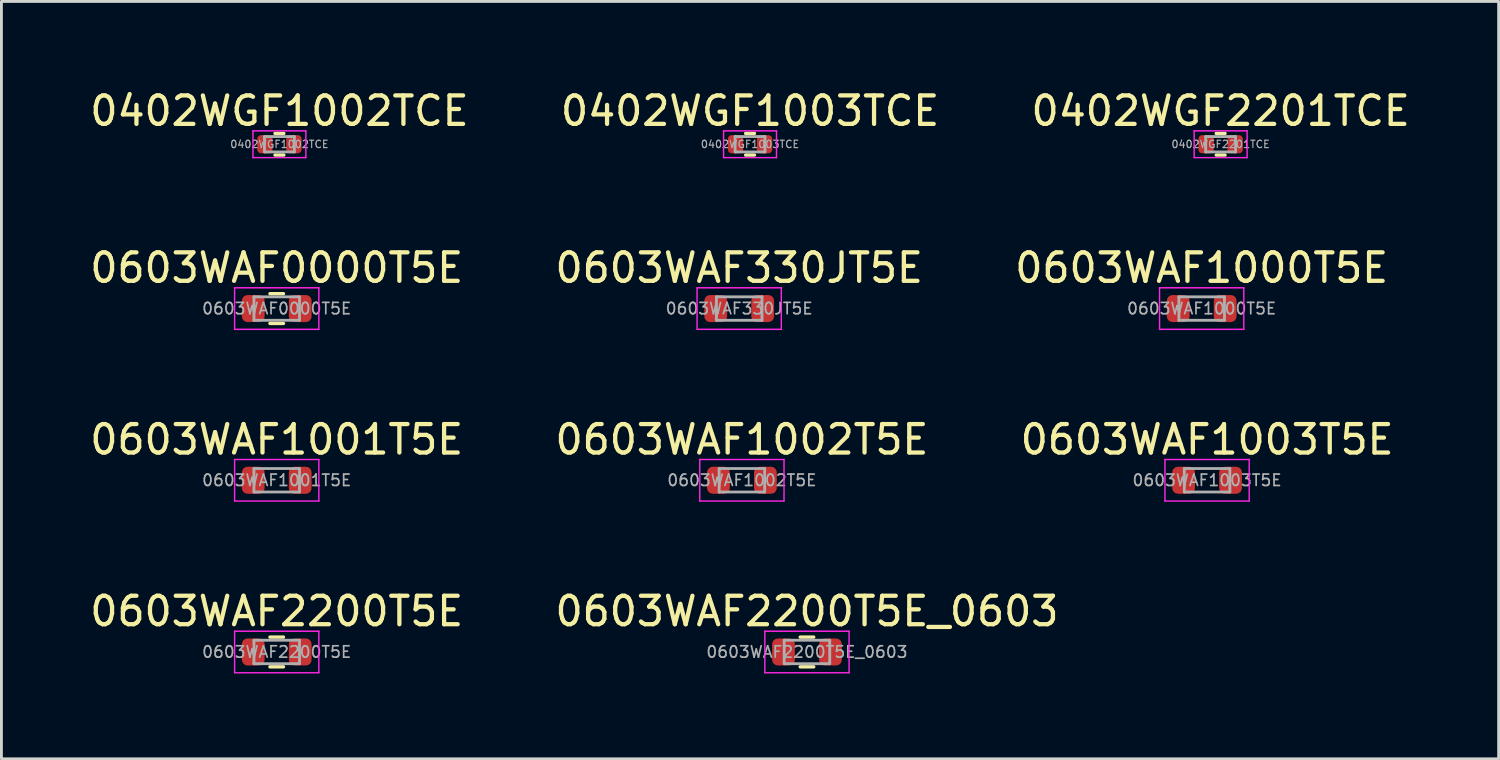
<source format=kicad_pcb>
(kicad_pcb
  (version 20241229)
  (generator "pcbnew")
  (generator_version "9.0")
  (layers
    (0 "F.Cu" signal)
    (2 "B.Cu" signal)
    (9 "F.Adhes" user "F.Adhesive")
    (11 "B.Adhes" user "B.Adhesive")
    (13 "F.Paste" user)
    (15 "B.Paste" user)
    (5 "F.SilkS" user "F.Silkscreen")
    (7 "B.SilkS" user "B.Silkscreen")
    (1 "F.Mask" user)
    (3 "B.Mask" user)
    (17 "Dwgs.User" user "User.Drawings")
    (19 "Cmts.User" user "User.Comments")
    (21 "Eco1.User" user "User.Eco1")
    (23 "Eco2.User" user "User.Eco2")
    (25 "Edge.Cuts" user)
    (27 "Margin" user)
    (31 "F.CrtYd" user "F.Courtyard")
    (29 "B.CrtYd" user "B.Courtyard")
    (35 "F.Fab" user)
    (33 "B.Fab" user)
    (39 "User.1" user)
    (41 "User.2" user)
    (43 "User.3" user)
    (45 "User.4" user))
  (footprint "0603WAF0000T5E"
    (layer "F.Cu")
    (at 6.673 7.792)
    (property "Reference" "0603WAF0000T5E" (at 0 -1.43 0) (layer "F.SilkS") (effects (font (size 1 1) (thickness 0.15))))
    (attr smd)
    (fp_line (start -0.237 -0.522) (end 0.237 -0.522) (stroke (width 0.12) (type solid)) (layer "F.SilkS"))
    (fp_line (start -0.237 0.522) (end 0.237 0.522) (stroke (width 0.12) (type solid)) (layer "F.SilkS"))
    (fp_line (start -1.48 -0.73) (end 1.48 -0.73) (stroke (width 0.05) (type solid)) (layer "F.CrtYd"))
    (fp_line (start -1.48 0.73) (end -1.48 -0.73) (stroke (width 0.05) (type solid)) (layer "F.CrtYd"))
    (fp_line (start 1.48 -0.73) (end 1.48 0.73) (stroke (width 0.05) (type solid)) (layer "F.CrtYd"))
    (fp_line (start 1.48 0.73) (end -1.48 0.73) (stroke (width 0.05) (type solid)) (layer "F.CrtYd"))
    (fp_line (start -0.8 -0.412) (end 0.8 -0.412) (stroke (width 0.1) (type solid)) (layer "F.Fab"))
    (fp_line (start -0.8 0.412) (end -0.8 -0.412) (stroke (width 0.1) (type solid)) (layer "F.Fab"))
    (fp_line (start 0.8 -0.412) (end 0.8 0.412) (stroke (width 0.1) (type solid)) (layer "F.Fab"))
    (fp_line (start 0.8 0.412) (end -0.8 0.412) (stroke (width 0.1) (type solid)) (layer "F.Fab"))
    (fp_text user "${REFERENCE}" (at 0 0 0) (layer "F.Fab") (effects (font (size 0.4 0.4) (thickness 0.06))))
    (pad "1" smd roundrect (at -0.825 0) (size 0.8 0.95) (layers "F.Cu" "F.Mask" "F.Paste") (roundrect_rratio 0.25))
    (pad "2" smd roundrect (at 0.825 0) (size 0.8 0.95) (layers "F.Cu" "F.Mask" "F.Paste") (roundrect_rratio 0.25)))
  (footprint "0402WGF2201TCE"
    (layer "F.Cu")
    (at 39.839 2.018)
    (property "Reference" "0402WGF2201TCE" (at 0 -1.17 0) (layer "F.SilkS") (effects (font (size 1 1) (thickness 0.15))))
    (attr smd)
    (fp_line (start -0.154 -0.38) (end 0.154 -0.38) (stroke (width 0.12) (type solid)) (layer "F.SilkS"))
    (fp_line (start -0.154 0.38) (end 0.154 0.38) (stroke (width 0.12) (type solid)) (layer "F.SilkS"))
    (fp_line (start -0.93 -0.47) (end 0.93 -0.47) (stroke (width 0.05) (type solid)) (layer "F.CrtYd"))
    (fp_line (start -0.93 0.47) (end -0.93 -0.47) (stroke (width 0.05) (type solid)) (layer "F.CrtYd"))
    (fp_line (start 0.93 -0.47) (end 0.93 0.47) (stroke (width 0.05) (type solid)) (layer "F.CrtYd"))
    (fp_line (start 0.93 0.47) (end -0.93 0.47) (stroke (width 0.05) (type solid)) (layer "F.CrtYd"))
    (fp_line (start -0.525 -0.27) (end 0.525 -0.27) (stroke (width 0.1) (type solid)) (layer "F.Fab"))
    (fp_line (start -0.525 0.27) (end -0.525 -0.27) (stroke (width 0.1) (type solid)) (layer "F.Fab"))
    (fp_line (start 0.525 -0.27) (end 0.525 0.27) (stroke (width 0.1) (type solid)) (layer "F.Fab"))
    (fp_line (start 0.525 0.27) (end -0.525 0.27) (stroke (width 0.1) (type solid)) (layer "F.Fab"))
    (fp_text user "${REFERENCE}" (at 0 0 0) (layer "F.Fab") (effects (font (size 0.26 0.26) (thickness 0.04))))
    (pad "1" smd roundrect (at -0.51 0) (size 0.54 0.64) (layers "F.Cu" "F.Mask" "F.Paste") (roundrect_rratio 0.25))
    (pad "2" smd roundrect (at 0.51 0) (size 0.54 0.64) (layers "F.Cu" "F.Mask" "F.Paste") (roundrect_rratio 0.25)))
  (footprint "0402WGF1002TCE"
    (layer "F.Cu")
    (at 6.768 2.018)
    (property "Reference" "0402WGF1002TCE" (at 0 -1.17 0) (layer "F.SilkS") (effects (font (size 1 1) (thickness 0.15))))
    (attr smd)
    (fp_line (start -0.154 -0.38) (end 0.154 -0.38) (stroke (width 0.12) (type solid)) (layer "F.SilkS"))
    (fp_line (start -0.154 0.38) (end 0.154 0.38) (stroke (width 0.12) (type solid)) (layer "F.SilkS"))
    (fp_line (start -0.93 -0.47) (end 0.93 -0.47) (stroke (width 0.05) (type solid)) (layer "F.CrtYd"))
    (fp_line (start -0.93 0.47) (end -0.93 -0.47) (stroke (width 0.05) (type solid)) (layer "F.CrtYd"))
    (fp_line (start 0.93 -0.47) (end 0.93 0.47) (stroke (width 0.05) (type solid)) (layer "F.CrtYd"))
    (fp_line (start 0.93 0.47) (end -0.93 0.47) (stroke (width 0.05) (type solid)) (layer "F.CrtYd"))
    (fp_line (start -0.525 -0.27) (end 0.525 -0.27) (stroke (width 0.1) (type solid)) (layer "F.Fab"))
    (fp_line (start -0.525 0.27) (end -0.525 -0.27) (stroke (width 0.1) (type solid)) (layer "F.Fab"))
    (fp_line (start 0.525 -0.27) (end 0.525 0.27) (stroke (width 0.1) (type solid)) (layer "F.Fab"))
    (fp_line (start 0.525 0.27) (end -0.525 0.27) (stroke (width 0.1) (type solid)) (layer "F.Fab"))
    (fp_text user "${REFERENCE}" (at 0 0 0) (layer "F.Fab") (effects (font (size 0.26 0.26) (thickness 0.04))))
    (pad "1" smd roundrect (at -0.51 0) (size 0.54 0.64) (layers "F.Cu" "F.Mask" "F.Paste") (roundrect_rratio 0.25))
    (pad "2" smd roundrect (at 0.51 0) (size 0.54 0.64) (layers "F.Cu" "F.Mask" "F.Paste") (roundrect_rratio 0.25)))
  (footprint "0603WAF2200T5E_0603"
    (layer "F.Cu")
    (at 25.304 19.858)
    (property "Reference" "0603WAF2200T5E_0603" (at 0 -1.43 0) (layer "F.SilkS") (effects (font (size 1 1) (thickness 0.15))))
    (attr smd)
    (fp_line (start -0.237 -0.522) (end 0.237 -0.522) (stroke (width 0.12) (type solid)) (layer "F.SilkS"))
    (fp_line (start -0.237 0.522) (end 0.237 0.522) (stroke (width 0.12) (type solid)) (layer "F.SilkS"))
    (fp_line (start -1.48 -0.73) (end 1.48 -0.73) (stroke (width 0.05) (type solid)) (layer "F.CrtYd"))
    (fp_line (start -1.48 0.73) (end -1.48 -0.73) (stroke (width 0.05) (type solid)) (layer "F.CrtYd"))
    (fp_line (start 1.48 -0.73) (end 1.48 0.73) (stroke (width 0.05) (type solid)) (layer "F.CrtYd"))
    (fp_line (start 1.48 0.73) (end -1.48 0.73) (stroke (width 0.05) (type solid)) (layer "F.CrtYd"))
    (fp_line (start -0.8 -0.412) (end 0.8 -0.412) (stroke (width 0.1) (type solid)) (layer "F.Fab"))
    (fp_line (start -0.8 0.412) (end -0.8 -0.412) (stroke (width 0.1) (type solid)) (layer "F.Fab"))
    (fp_line (start 0.8 -0.412) (end 0.8 0.412) (stroke (width 0.1) (type solid)) (layer "F.Fab"))
    (fp_line (start 0.8 0.412) (end -0.8 0.412) (stroke (width 0.1) (type solid)) (layer "F.Fab"))
    (fp_text user "${REFERENCE}" (at 0 0 0) (layer "F.Fab") (effects (font (size 0.4 0.4) (thickness 0.06))))
    (pad "1" smd roundrect (at -0.825 0) (size 0.8 0.95) (layers "F.Cu" "F.Mask" "F.Paste") (roundrect_rratio 0.25))
    (pad "2" smd roundrect (at 0.825 0) (size 0.8 0.95) (layers "F.Cu" "F.Mask" "F.Paste") (roundrect_rratio 0.25)))
  (footprint "0402WGF1003TCE"
    (layer "F.Cu")
    (at 23.304 2.018)
    (property "Reference" "0402WGF1003TCE" (at 0 -1.17 0) (layer "F.SilkS") (effects (font (size 1 1) (thickness 0.15))))
    (attr smd)
    (fp_line (start -0.154 -0.38) (end 0.154 -0.38) (stroke (width 0.12) (type solid)) (layer "F.SilkS"))
    (fp_line (start -0.154 0.38) (end 0.154 0.38) (stroke (width 0.12) (type solid)) (layer "F.SilkS"))
    (fp_line (start -0.93 -0.47) (end 0.93 -0.47) (stroke (width 0.05) (type solid)) (layer "F.CrtYd"))
    (fp_line (start -0.93 0.47) (end -0.93 -0.47) (stroke (width 0.05) (type solid)) (layer "F.CrtYd"))
    (fp_line (start 0.93 -0.47) (end 0.93 0.47) (stroke (width 0.05) (type solid)) (layer "F.CrtYd"))
    (fp_line (start 0.93 0.47) (end -0.93 0.47) (stroke (width 0.05) (type solid)) (layer "F.CrtYd"))
    (fp_line (start -0.525 -0.27) (end 0.525 -0.27) (stroke (width 0.1) (type solid)) (layer "F.Fab"))
    (fp_line (start -0.525 0.27) (end -0.525 -0.27) (stroke (width 0.1) (type solid)) (layer "F.Fab"))
    (fp_line (start 0.525 -0.27) (end 0.525 0.27) (stroke (width 0.1) (type solid)) (layer "F.Fab"))
    (fp_line (start 0.525 0.27) (end -0.525 0.27) (stroke (width 0.1) (type solid)) (layer "F.Fab"))
    (fp_text user "${REFERENCE}" (at 0 0 0) (layer "F.Fab") (effects (font (size 0.26 0.26) (thickness 0.04))))
    (pad "1" smd roundrect (at -0.51 0) (size 0.54 0.64) (layers "F.Cu" "F.Mask" "F.Paste") (roundrect_rratio 0.25))
    (pad "2" smd roundrect (at 0.51 0) (size 0.54 0.64) (layers "F.Cu" "F.Mask" "F.Paste") (roundrect_rratio 0.25)))
  (footprint "0603WAF2200T5E"
    (layer "F.Cu")
    (at 6.673 19.858)
    (property "Reference" "0603WAF2200T5E" (at 0 -1.43 0) (layer "F.SilkS") (effects (font (size 1 1) (thickness 0.15))))
    (attr smd)
    (fp_line (start -0.237 -0.522) (end 0.237 -0.522) (stroke (width 0.12) (type solid)) (layer "F.SilkS"))
    (fp_line (start -0.237 0.522) (end 0.237 0.522) (stroke (width 0.12) (type solid)) (layer "F.SilkS"))
    (fp_line (start -1.48 -0.73) (end 1.48 -0.73) (stroke (width 0.05) (type solid)) (layer "F.CrtYd"))
    (fp_line (start -1.48 0.73) (end -1.48 -0.73) (stroke (width 0.05) (type solid)) (layer "F.CrtYd"))
    (fp_line (start 1.48 -0.73) (end 1.48 0.73) (stroke (width 0.05) (type solid)) (layer "F.CrtYd"))
    (fp_line (start 1.48 0.73) (end -1.48 0.73) (stroke (width 0.05) (type solid)) (layer "F.CrtYd"))
    (fp_line (start -0.8 -0.412) (end 0.8 -0.412) (stroke (width 0.1) (type solid)) (layer "F.Fab"))
    (fp_line (start -0.8 0.412) (end -0.8 -0.412) (stroke (width 0.1) (type solid)) (layer "F.Fab"))
    (fp_line (start 0.8 -0.412) (end 0.8 0.412) (stroke (width 0.1) (type solid)) (layer "F.Fab"))
    (fp_line (start 0.8 0.412) (end -0.8 0.412) (stroke (width 0.1) (type solid)) (layer "F.Fab"))
    (fp_text user "${REFERENCE}" (at 0 0 0) (layer "F.Fab") (effects (font (size 0.4 0.4) (thickness 0.06))))
    (pad "1" smd roundrect (at -0.825 0) (size 0.8 0.95) (layers "F.Cu" "F.Mask" "F.Paste") (roundrect_rratio 0.25))
    (pad "2" smd roundrect (at 0.825 0) (size 0.8 0.95) (layers "F.Cu" "F.Mask" "F.Paste") (roundrect_rratio 0.25)))
  (footprint "0603WAF330JT5E"
    (layer "F.Cu")
    (at 22.923 7.792)
    (property "Reference" "0603WAF330JT5E" (at 0 -1.43 0) (layer "F.SilkS") (effects (font (size 1 1) (thickness 0.15))))
    (attr smd)
    (fp_line (start -1.48 -0.73) (end 1.48 -0.73) (stroke (width 0.05) (type solid)) (layer "F.CrtYd"))
    (fp_line (start -1.48 0.73) (end -1.48 -0.73) (stroke (width 0.05) (type solid)) (layer "F.CrtYd"))
    (fp_line (start 1.48 -0.73) (end 1.48 0.73) (stroke (width 0.05) (type solid)) (layer "F.CrtYd"))
    (fp_line (start 1.48 0.73) (end -1.48 0.73) (stroke (width 0.05) (type solid)) (layer "F.CrtYd"))
    (fp_line (start -0.8 -0.412) (end 0.8 -0.412) (stroke (width 0.1) (type solid)) (layer "F.Fab"))
    (fp_line (start -0.8 0.412) (end -0.8 -0.412) (stroke (width 0.1) (type solid)) (layer "F.Fab"))
    (fp_line (start 0.8 -0.412) (end 0.8 0.412) (stroke (width 0.1) (type solid)) (layer "F.Fab"))
    (fp_line (start 0.8 0.412) (end -0.8 0.412) (stroke (width 0.1) (type solid)) (layer "F.Fab"))
    (fp_text user "${REFERENCE}" (at 0 0 0) (layer "F.Fab") (effects (font (size 0.4 0.4) (thickness 0.06))))
    (pad "1" smd roundrect (at -0.825 0) (size 0.8 0.95) (layers "F.Cu" "F.Mask" "F.Paste") (roundrect_rratio 0.25))
    (pad "2" smd roundrect (at 0.825 0) (size 0.8 0.95) (layers "F.Cu" "F.Mask" "F.Paste") (roundrect_rratio 0.25)))
  (footprint "0603WAF1000T5E"
    (layer "F.Cu")
    (at 39.173 7.792)
    (property "Reference" "0603WAF1000T5E" (at 0 -1.43 0) (layer "F.SilkS") (effects (font (size 1 1) (thickness 0.15))))
    (attr smd)
    (fp_line (start -1.48 -0.73) (end 1.48 -0.73) (stroke (width 0.05) (type solid)) (layer "F.CrtYd"))
    (fp_line (start -1.48 0.73) (end -1.48 -0.73) (stroke (width 0.05) (type solid)) (layer "F.CrtYd"))
    (fp_line (start 1.48 -0.73) (end 1.48 0.73) (stroke (width 0.05) (type solid)) (layer "F.CrtYd"))
    (fp_line (start 1.48 0.73) (end -1.48 0.73) (stroke (width 0.05) (type solid)) (layer "F.CrtYd"))
    (fp_line (start -0.8 -0.412) (end 0.8 -0.412) (stroke (width 0.1) (type solid)) (layer "F.Fab"))
    (fp_line (start -0.8 0.412) (end -0.8 -0.412) (stroke (width 0.1) (type solid)) (layer "F.Fab"))
    (fp_line (start 0.8 -0.412) (end 0.8 0.412) (stroke (width 0.1) (type solid)) (layer "F.Fab"))
    (fp_line (start 0.8 0.412) (end -0.8 0.412) (stroke (width 0.1) (type solid)) (layer "F.Fab"))
    (fp_text user "${REFERENCE}" (at 0 0 0) (layer "F.Fab") (effects (font (size 0.4 0.4) (thickness 0.06))))
    (pad "1" smd roundrect (at -0.825 0) (size 0.8 0.95) (layers "F.Cu" "F.Mask" "F.Paste") (roundrect_rratio 0.25))
    (pad "2" smd roundrect (at 0.825 0) (size 0.8 0.95) (layers "F.Cu" "F.Mask" "F.Paste") (roundrect_rratio 0.25)))
  (footprint "0603WAF1002T5E"
    (layer "F.Cu")
    (at 23.018 13.825)
    (property "Reference" "0603WAF1002T5E" (at 0 -1.43 0) (layer "F.SilkS") (effects (font (size 1 1) (thickness 0.15))))
    (attr smd)
    (fp_line (start -1.48 -0.73) (end 1.48 -0.73) (stroke (width 0.05) (type solid)) (layer "F.CrtYd"))
    (fp_line (start -1.48 0.73) (end -1.48 -0.73) (stroke (width 0.05) (type solid)) (layer "F.CrtYd"))
    (fp_line (start 1.48 -0.73) (end 1.48 0.73) (stroke (width 0.05) (type solid)) (layer "F.CrtYd"))
    (fp_line (start 1.48 0.73) (end -1.48 0.73) (stroke (width 0.05) (type solid)) (layer "F.CrtYd"))
    (fp_line (start -0.8 -0.412) (end 0.8 -0.412) (stroke (width 0.1) (type solid)) (layer "F.Fab"))
    (fp_line (start -0.8 0.412) (end -0.8 -0.412) (stroke (width 0.1) (type solid)) (layer "F.Fab"))
    (fp_line (start 0.8 -0.412) (end 0.8 0.412) (stroke (width 0.1) (type solid)) (layer "F.Fab"))
    (fp_line (start 0.8 0.412) (end -0.8 0.412) (stroke (width 0.1) (type solid)) (layer "F.Fab"))
    (fp_text user "${REFERENCE}" (at 0 0 0) (layer "F.Fab") (effects (font (size 0.4 0.4) (thickness 0.06))))
    (pad "1" smd roundrect (at -0.825 0) (size 0.8 0.95) (layers "F.Cu" "F.Mask" "F.Paste") (roundrect_rratio 0.25))
    (pad "2" smd roundrect (at 0.825 0) (size 0.8 0.95) (layers "F.Cu" "F.Mask" "F.Paste") (roundrect_rratio 0.25)))
  (footprint "0603WAF1001T5E"
    (layer "F.Cu")
    (at 6.673 13.825)
    (property "Reference" "0603WAF1001T5E" (at 0 -1.43 0) (layer "F.SilkS") (effects (font (size 1 1) (thickness 0.15))))
    (attr smd)
    (fp_line (start -1.48 -0.73) (end 1.48 -0.73) (stroke (width 0.05) (type solid)) (layer "F.CrtYd"))
    (fp_line (start -1.48 0.73) (end -1.48 -0.73) (stroke (width 0.05) (type solid)) (layer "F.CrtYd"))
    (fp_line (start 1.48 -0.73) (end 1.48 0.73) (stroke (width 0.05) (type solid)) (layer "F.CrtYd"))
    (fp_line (start 1.48 0.73) (end -1.48 0.73) (stroke (width 0.05) (type solid)) (layer "F.CrtYd"))
    (fp_line (start -0.8 -0.412) (end 0.8 -0.412) (stroke (width 0.1) (type solid)) (layer "F.Fab"))
    (fp_line (start -0.8 0.412) (end -0.8 -0.412) (stroke (width 0.1) (type solid)) (layer "F.Fab"))
    (fp_line (start 0.8 -0.412) (end 0.8 0.412) (stroke (width 0.1) (type solid)) (layer "F.Fab"))
    (fp_line (start 0.8 0.412) (end -0.8 0.412) (stroke (width 0.1) (type solid)) (layer "F.Fab"))
    (fp_text user "${REFERENCE}" (at 0 0 0) (layer "F.Fab") (effects (font (size 0.4 0.4) (thickness 0.06))))
    (pad "1" smd roundrect (at -0.825 0) (size 0.8 0.95) (layers "F.Cu" "F.Mask" "F.Paste") (roundrect_rratio 0.25))
    (pad "2" smd roundrect (at 0.825 0) (size 0.8 0.95) (layers "F.Cu" "F.Mask" "F.Paste") (roundrect_rratio 0.25)))
  (footprint "0603WAF1003T5E"
    (layer "F.Cu")
    (at 39.363 13.825)
    (property "Reference" "0603WAF1003T5E" (at 0 -1.43 0) (layer "F.SilkS") (effects (font (size 1 1) (thickness 0.15))))
    (attr smd)
    (fp_line (start -1.48 -0.73) (end 1.48 -0.73) (stroke (width 0.05) (type solid)) (layer "F.CrtYd"))
    (fp_line (start -1.48 0.73) (end -1.48 -0.73) (stroke (width 0.05) (type solid)) (layer "F.CrtYd"))
    (fp_line (start 1.48 -0.73) (end 1.48 0.73) (stroke (width 0.05) (type solid)) (layer "F.CrtYd"))
    (fp_line (start 1.48 0.73) (end -1.48 0.73) (stroke (width 0.05) (type solid)) (layer "F.CrtYd"))
    (fp_line (start -0.8 -0.412) (end 0.8 -0.412) (stroke (width 0.1) (type solid)) (layer "F.Fab"))
    (fp_line (start -0.8 0.412) (end -0.8 -0.412) (stroke (width 0.1) (type solid)) (layer "F.Fab"))
    (fp_line (start 0.8 -0.412) (end 0.8 0.412) (stroke (width 0.1) (type solid)) (layer "F.Fab"))
    (fp_line (start 0.8 0.412) (end -0.8 0.412) (stroke (width 0.1) (type solid)) (layer "F.Fab"))
    (fp_text user "${REFERENCE}" (at 0 0 0) (layer "F.Fab") (effects (font (size 0.4 0.4) (thickness 0.06))))
    (pad "1" smd roundrect (at -0.825 0) (size 0.8 0.95) (layers "F.Cu" "F.Mask" "F.Paste") (roundrect_rratio 0.25))
    (pad "2" smd roundrect (at 0.825 0) (size 0.8 0.95) (layers "F.Cu" "F.Mask" "F.Paste") (roundrect_rratio 0.25)))
  (gr_rect
    (start -3 -3)
    (end 49.607 23.613)
    (stroke (width 0.1) (type default))
    (fill no)
    (layer "Edge.Cuts")))
</source>
